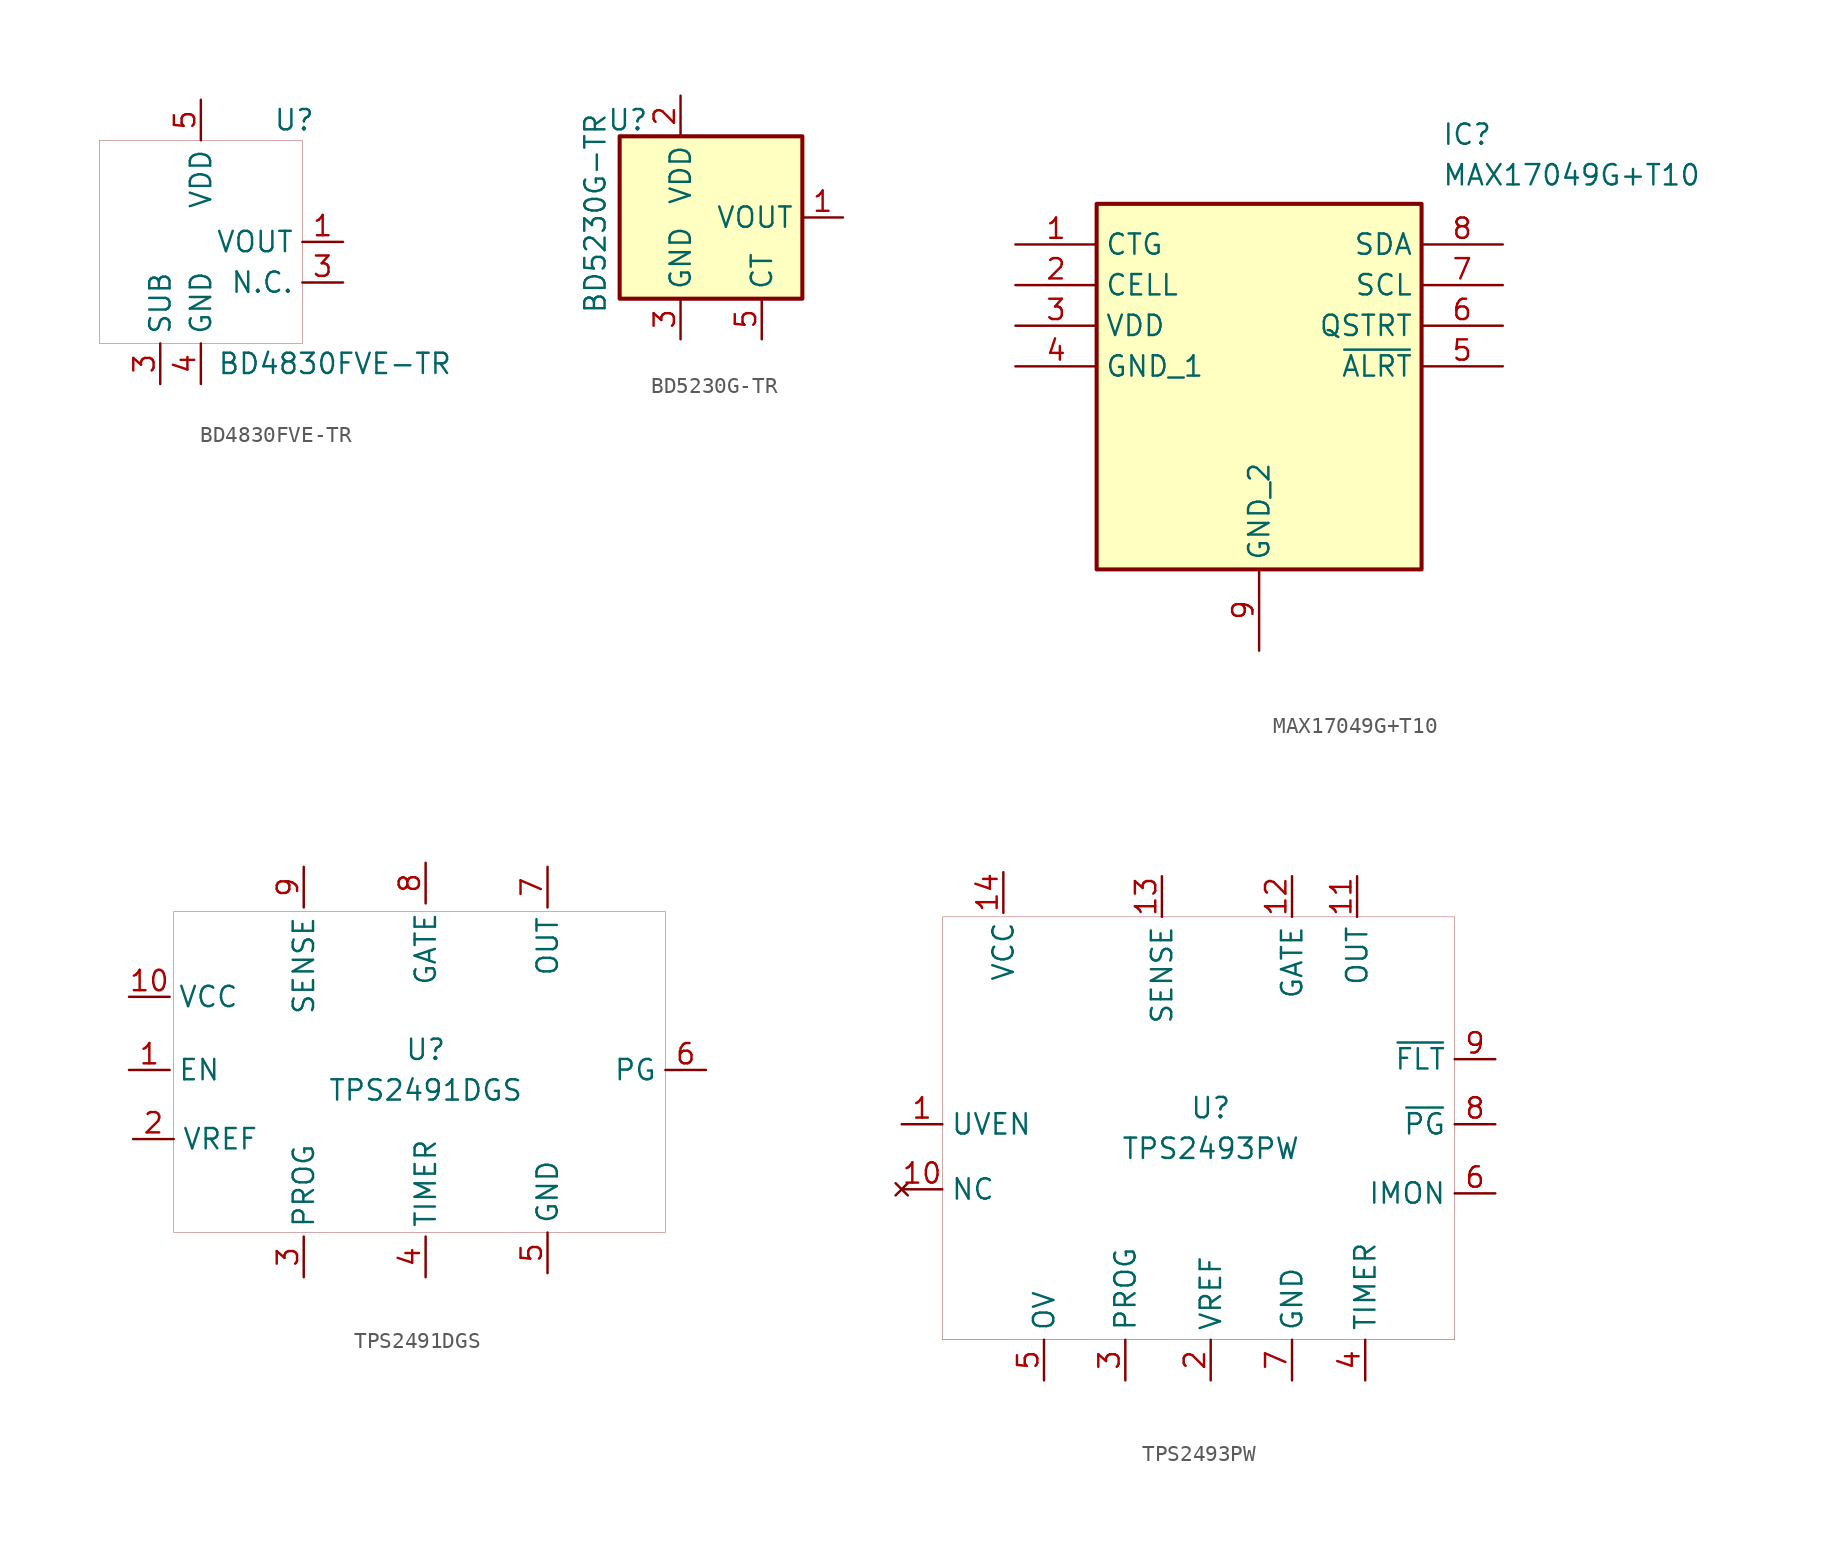
<source format=kicad_sym>
(kicad_symbol_lib
  (version 20241209)
  (generator "kicad_symbol_editor")
  (generator_version "9.99")
  (symbol "BD4830FVE-TR"
    (property "Reference" "U"
      (at 5.842 7.62 0)
      (effects (font (size 1.27 1.27))))
    (property "Value" "BD4830FVE-TR"
      (at 8.382 -7.62 0)
      (effects (font (size 1.27 1.27))))
    (symbol "BD4830FVE-TR_0_1"
      (rectangle (start -6.35 6.35) (end 6.35 -6.35) (stroke (width 0.001) (type default)) (fill (type none))))
    (symbol "BD4830FVE-TR_1_1"
      (pin input line (at -2.54 -8.89 90) (length 2.54) (name "SUB" (effects (font (size 1.27 1.27)))) (number "3" (effects (font (size 1.27 1.27)))))
      (pin input line (at 0 8.89 270) (length 2.54) (name "VDD" (effects (font (size 1.27 1.27)))) (number "5" (effects (font (size 1.27 1.27)))))
      (pin input line (at 0 -8.89 90) (length 2.54) (name "GND" (effects (font (size 1.27 1.27)))) (number "4" (effects (font (size 1.27 1.27)))))
      (pin input line (at 8.89 0 180) (length 2.54) (name "VOUT" (effects (font (size 1.27 1.27)))) (number "1" (effects (font (size 1.27 1.27)))))
      (pin input line (at 8.89 -2.54 180) (length 2.54) (name "N.C." (effects (font (size 1.27 1.27)))) (number "3" (effects (font (size 1.27 1.27)))))))
  (symbol "BD5230G-TR"
    (property "Reference" "U"
      (at -3.302 6.096 0)
      (effects (font (size 1.27 1.27))))
    (property "Value" "BD5230G-TR"
      (at -5.334 0.254 90)
      (effects (font (size 1.27 1.27))))
    (symbol "BD5230G-TR_1_1"
      (rectangle (start -3.81 5.08) (end 7.62 -5.08) (stroke (width 0.254) (type default)) (fill (type background)))
      (pin input line (at 0 7.62 270) (length 2.54) (name "VDD" (effects (font (size 1.27 1.27)))) (number "2" (effects (font (size 1.27 1.27)))))
      (pin input line (at 0 -7.62 90) (length 2.54) (name "GND" (effects (font (size 1.27 1.27)))) (number "3" (effects (font (size 1.27 1.27)))))
      (pin input line (at 5.08 7.62 270) (length 2.54) (hide yes) (name "N.C." (effects (font (size 1.27 1.27)))) (number "4" (effects (font (size 1.27 1.27)))))
      (pin input line (at 5.08 -7.62 90) (length 2.54) (name "CT" (effects (font (size 1.27 1.27)))) (number "5" (effects (font (size 1.27 1.27)))))
      (pin input line (at 10.16 0 180) (length 2.54) (name "VOUT" (effects (font (size 1.27 1.27)))) (number "1" (effects (font (size 1.27 1.27)))))))
  (symbol "MAX17049G+T10"
    (property "Reference" "IC"
      (at 11.43 16.51 0)
      (effects (font (size 1.27 1.27)) (justify left top)))
    (property "Value" "MAX17049G+T10"
      (at 11.43 13.97 0)
      (effects (font (size 1.27 1.27)) (justify left top)))
    (symbol "MAX17049G+T10_1_1"
      (rectangle (start -10.16 11.43) (end 10.16 -11.43) (stroke (width 0.254) (type default)) (fill (type background)))
      (pin passive line (at -15.24 8.89 0) (length 5.08) (name "CTG" (effects (font (size 1.27 1.27)))) (number "1" (effects (font (size 1.27 1.27)))))
      (pin passive line (at -15.24 6.35 0) (length 5.08) (name "CELL" (effects (font (size 1.27 1.27)))) (number "2" (effects (font (size 1.27 1.27)))))
      (pin passive line (at -15.24 3.81 0) (length 5.08) (name "VDD" (effects (font (size 1.27 1.27)))) (number "3" (effects (font (size 1.27 1.27)))))
      (pin passive line (at -15.24 1.27 0) (length 5.08) (name "GND_1" (effects (font (size 1.27 1.27)))) (number "4" (effects (font (size 1.27 1.27)))))
      (pin passive line (at 0 -16.51 90) (length 5.08) (name "GND_2" (effects (font (size 1.27 1.27)))) (number "9" (effects (font (size 1.27 1.27)))))
      (pin passive line (at 15.24 8.89 180) (length 5.08) (name "SDA" (effects (font (size 1.27 1.27)))) (number "8" (effects (font (size 1.27 1.27)))))
      (pin passive line (at 15.24 6.35 180) (length 5.08) (name "SCL" (effects (font (size 1.27 1.27)))) (number "7" (effects (font (size 1.27 1.27)))))
      (pin passive line (at 15.24 3.81 180) (length 5.08) (name "QSTRT" (effects (font (size 1.27 1.27)))) (number "6" (effects (font (size 1.27 1.27)))))
      (pin passive line (at 15.24 1.27 180) (length 5.08) (name "~{ALRT}" (effects (font (size 1.27 1.27)))) (number "5" (effects (font (size 1.27 1.27)))))))
  (symbol "TPS2491DGS"
    (property "Reference" "U"
      (at 0 1.27 0)
      (effects (font (size 1.27 1.27))))
    (property "Value" "TPS2491DGS"
      (at 0 -1.27 0)
      (effects (font (size 1.27 1.27))))
    (symbol "TPS2491DGS_0_1"
      (rectangle (start -15.748 9.906) (end 14.986 -10.16) (stroke (width 0.001) (type default)) (fill (type none))))
    (symbol "TPS2491DGS_1_1"
      (pin power_in line (at -18.542 4.572 0) (length 2.54) (name "VCC" (effects (font (size 1.27 1.27)))) (number "10" (effects (font (size 1.27 1.27)))))
      (pin input line (at -18.542 0 0) (length 2.54) (name "EN" (effects (font (size 1.27 1.27)))) (number "1" (effects (font (size 1.27 1.27)))))
      (pin power_out line (at -18.288 -4.318 0) (length 2.54) (name "VREF" (effects (font (size 1.27 1.27)))) (number "2" (effects (font (size 1.27 1.27)))))
      (pin input line (at -7.62 12.7 270) (length 2.54) (name "SENSE" (effects (font (size 1.27 1.27)))) (number "9" (effects (font (size 1.27 1.27)))))
      (pin input line (at -7.62 -12.954 90) (length 2.54) (name "PROG" (effects (font (size 1.27 1.27)))) (number "3" (effects (font (size 1.27 1.27)))))
      (pin output line (at 0 12.954 270) (length 2.54) (name "GATE" (effects (font (size 1.27 1.27)))) (number "8" (effects (font (size 1.27 1.27)))))
      (pin input line (at 0 -12.954 90) (length 2.54) (name "TIMER" (effects (font (size 1.27 1.27)))) (number "4" (effects (font (size 1.27 1.27)))))
      (pin input line (at 7.62 12.7 270) (length 2.54) (name "OUT" (effects (font (size 1.27 1.27)))) (number "7" (effects (font (size 1.27 1.27)))))
      (pin power_in line (at 7.62 -12.7 90) (length 2.54) (name "GND" (effects (font (size 1.27 1.27)))) (number "5" (effects (font (size 1.27 1.27)))))
      (pin input line (at 17.526 0 180) (length 2.54) (name "PG" (effects (font (size 1.27 1.27)))) (number "6" (effects (font (size 1.27 1.27)))))))
  (symbol "TPS2493PW"
    (property "Reference" "U"
      (at 0 1.016 0)
      (effects (font (size 1.27 1.27))))
    (property "Value" "TPS2493PW"
      (at 0 -1.524 0)
      (effects (font (size 1.27 1.27))))
    (symbol "TPS2493PW_0_1"
      (rectangle (start -16.764 12.954) (end 15.24 -13.462) (stroke (width 0.001) (type default)) (fill (type none))))
    (symbol "TPS2493PW_1_1"
      (pin input line (at -19.304 0 0) (length 2.54) (name "UVEN" (effects (font (size 1.27 1.27)))) (number "1" (effects (font (size 1.27 1.27)))))
      (pin no_connect line (at -19.304 -4.064 0) (length 2.54) (name "NC" (effects (font (size 1.27 1.27)))) (number "10" (effects (font (size 1.27 1.27)))))
      (pin power_in line (at -12.954 15.748 270) (length 2.54) (name "VCC" (effects (font (size 1.27 1.27)))) (number "14" (effects (font (size 1.27 1.27)))))
      (pin input line (at -10.414 -16.002 90) (length 2.54) (name "OV" (effects (font (size 1.27 1.27)))) (number "5" (effects (font (size 1.27 1.27)))))
      (pin input line (at -5.334 -16.002 90) (length 2.54) (name "PROG" (effects (font (size 1.27 1.27)))) (number "3" (effects (font (size 1.27 1.27)))))
      (pin input line (at -3.048 15.494 270) (length 2.54) (name "SENSE" (effects (font (size 1.27 1.27)))) (number "13" (effects (font (size 1.27 1.27)))))
      (pin output line (at 0 -16.002 90) (length 2.54) (name "VREF" (effects (font (size 1.27 1.27)))) (number "2" (effects (font (size 1.27 1.27)))))
      (pin output line (at 5.08 15.494 270) (length 2.54) (name "GATE" (effects (font (size 1.27 1.27)))) (number "12" (effects (font (size 1.27 1.27)))))
      (pin power_in line (at 5.08 -16.002 90) (length 2.54) (name "GND" (effects (font (size 1.27 1.27)))) (number "7" (effects (font (size 1.27 1.27)))))
      (pin input line (at 9.144 15.494 270) (length 2.54) (name "OUT" (effects (font (size 1.27 1.27)))) (number "11" (effects (font (size 1.27 1.27)))))
      (pin bidirectional line (at 9.652 -16.002 90) (length 2.54) (name "TIMER" (effects (font (size 1.27 1.27)))) (number "4" (effects (font (size 1.27 1.27)))))
      (pin output line (at 17.78 4.064 180) (length 2.54) (name "~{FLT}" (effects (font (size 1.27 1.27)))) (number "9" (effects (font (size 1.27 1.27)))))
      (pin output line (at 17.78 0 180) (length 2.54) (name "~{PG}" (effects (font (size 1.27 1.27)))) (number "8" (effects (font (size 1.27 1.27)))))
      (pin output line (at 17.78 -4.318 180) (length 2.54) (name "IMON" (effects (font (size 1.27 1.27)))) (number "6" (effects (font (size 1.27 1.27))))))))
</source>
